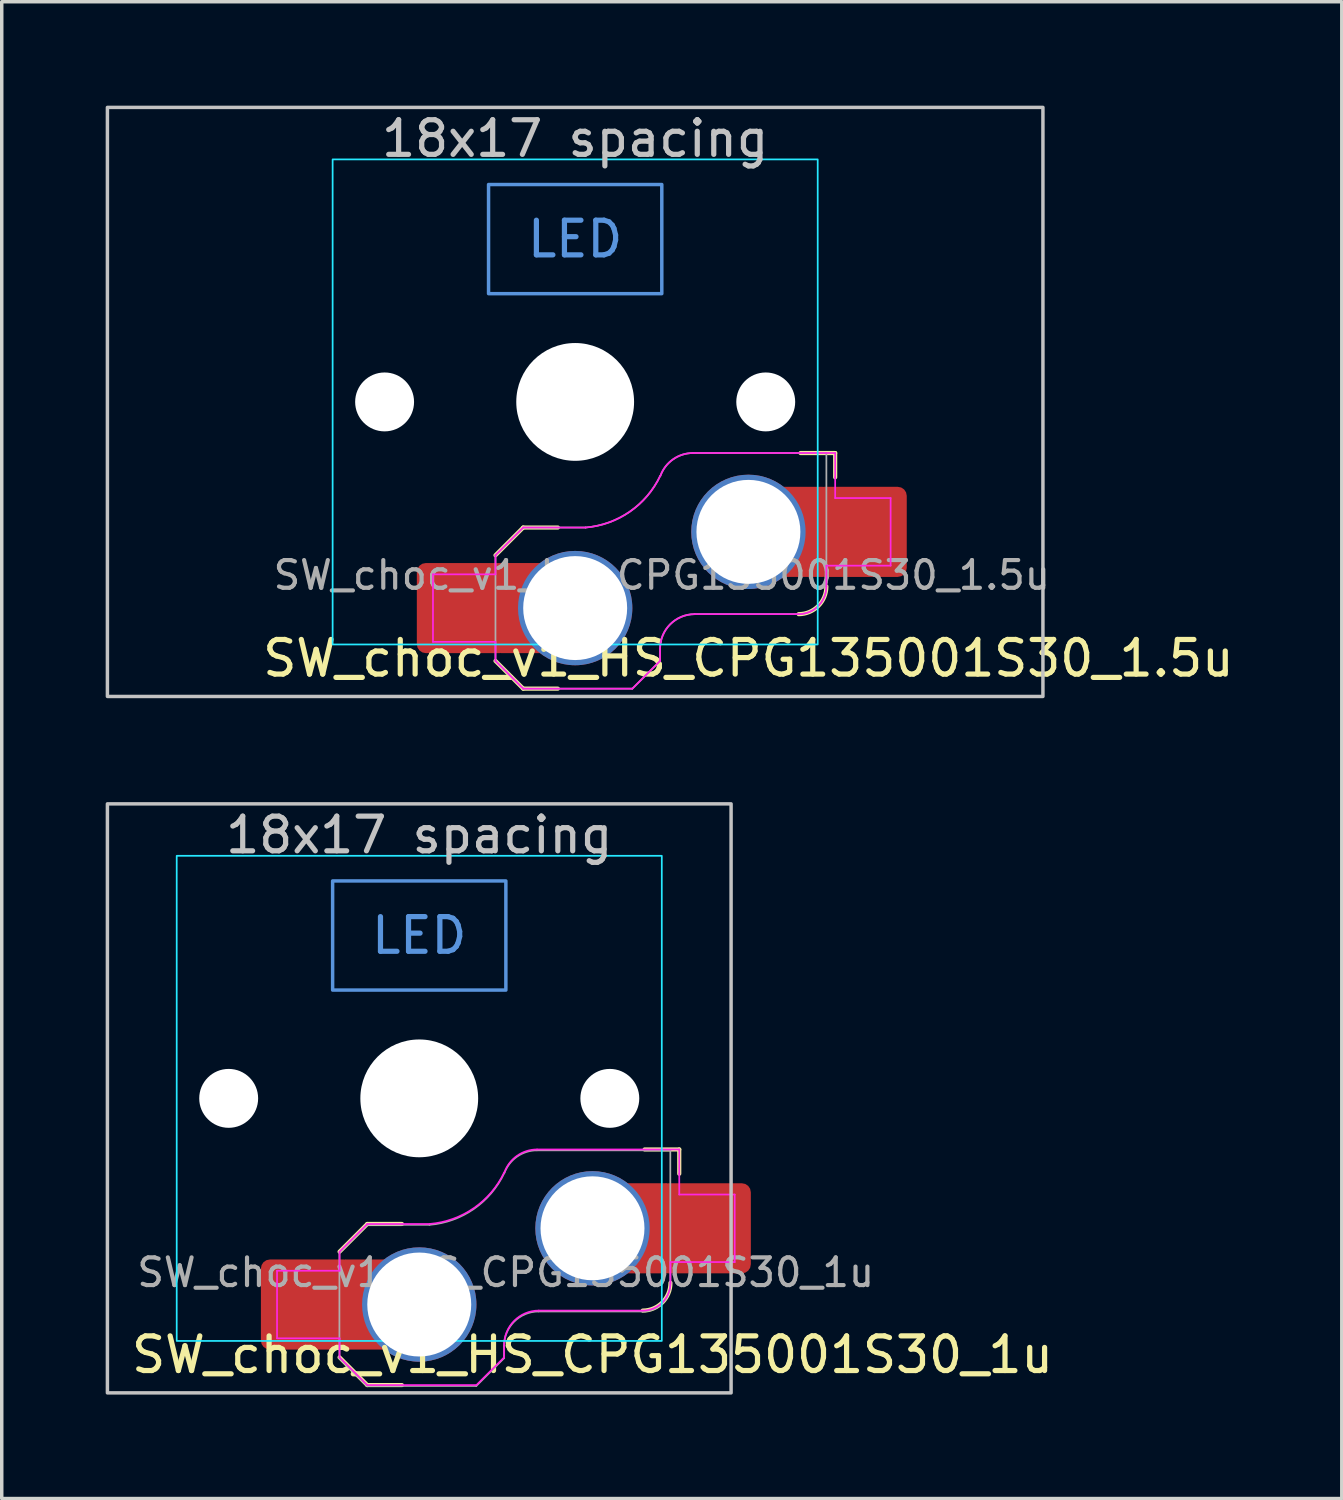
<source format=kicad_pcb>
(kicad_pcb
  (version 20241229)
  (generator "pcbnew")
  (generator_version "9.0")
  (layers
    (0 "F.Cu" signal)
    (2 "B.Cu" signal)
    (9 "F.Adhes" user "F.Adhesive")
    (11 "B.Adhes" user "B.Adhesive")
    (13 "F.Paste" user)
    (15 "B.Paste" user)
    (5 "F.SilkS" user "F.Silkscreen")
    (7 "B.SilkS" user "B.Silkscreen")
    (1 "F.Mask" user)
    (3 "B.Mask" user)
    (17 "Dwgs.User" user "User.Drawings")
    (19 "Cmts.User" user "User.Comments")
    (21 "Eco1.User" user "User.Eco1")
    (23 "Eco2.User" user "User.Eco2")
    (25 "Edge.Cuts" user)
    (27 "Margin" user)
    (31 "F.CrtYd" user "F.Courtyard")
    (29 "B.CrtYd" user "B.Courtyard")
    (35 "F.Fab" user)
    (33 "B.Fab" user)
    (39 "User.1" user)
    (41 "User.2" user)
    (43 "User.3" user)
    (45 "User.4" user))
  (footprint "SW_choc_v1_HS_CPG135001S30_1u"
    (layer "F.Cu")
    (at 9.05 28.65)
    (property "Reference" "SW_choc_v1_HS_CPG135001S30_1u" (at 5 7.4 180) (layer "F.SilkS") (effects (font (size 1 1) (thickness 0.15))))
    (attr smd)
    (fp_line (start -2.3 7.475) (end -1.5 8.275) (stroke (width 0.12) (type solid)) (layer "F.SilkS"))
    (fp_line (start -1.5 3.625) (end -2.3 4.425) (stroke (width 0.12) (type solid)) (layer "F.SilkS"))
    (fp_line (start -1.5 3.625) (end -0.5 3.625) (stroke (width 0.12) (type solid)) (layer "F.SilkS"))
    (fp_line (start -1.5 8.275) (end -0.5 8.275) (stroke (width 0.12) (type solid)) (layer "F.SilkS"))
    (fp_line (start 7.504 1.475) (end 6.504 1.475) (stroke (width 0.12) (type solid)) (layer "F.SilkS"))
    (fp_line (start 7.504 1.475) (end 7.504 2.175) (stroke (width 0.12) (type solid)) (layer "F.SilkS"))
    (fp_arc (start 7.25 5.325) (mid 7.015685 5.890685) (end 6.45 6.125) (stroke (width 0.12) (type solid)) (layer "F.SilkS"))
    (fp_rect (start -9 -8.5) (end 9 8.5) (stroke (width 0.1) (type default)) (fill no) (layer "Dwgs.User"))
    (fp_rect (start -2.5 -6.275) (end 2.5 -3.125) (stroke (width 0.1) (type default)) (fill no) (layer "Cmts.User"))
    (fp_line (start -6.95 -6.45) (end -6.95 6.45) (stroke (width 0.05) (type solid)) (layer "Eco2.User"))
    (fp_line (start -6.45 6.95) (end 6.45 6.95) (stroke (width 0.05) (type solid)) (layer "Eco2.User"))
    (fp_line (start 6.45 -6.95) (end -6.45 -6.95) (stroke (width 0.05) (type solid)) (layer "Eco2.User"))
    (fp_line (start 6.95 6.45) (end 6.95 -6.45) (stroke (width 0.05) (type solid)) (layer "Eco2.User"))
    (fp_arc (start -6.95 -6.45) (mid -6.803553 -6.803553) (end -6.45 -6.95) (stroke (width 0.05) (type solid)) (layer "Eco2.User"))
    (fp_arc (start -6.45 6.95) (mid -6.803553 6.803553) (end -6.95 6.45) (stroke (width 0.05) (type solid)) (layer "Eco2.User"))
    (fp_arc (start 6.45 -6.95) (mid 6.803553 -6.803553) (end 6.95 -6.45) (stroke (width 0.05) (type solid)) (layer "Eco2.User"))
    (fp_arc (start 6.95 6.45) (mid 6.803553 6.803553) (end 6.45 6.95) (stroke (width 0.05) (type solid)) (layer "Eco2.User"))
    (fp_rect (start -7 -7) (end 7 7) (stroke (width 0.05) (type default)) (fill no) (layer "B.CrtYd"))
    (fp_line (start -4.104 4.975) (end -4.104 6.925) (stroke (width 0.05) (type solid)) (layer "F.CrtYd"))
    (fp_line (start -4.104 4.975) (end -2.3 4.975) (stroke (width 0.05) (type solid)) (layer "F.CrtYd"))
    (fp_line (start -4.104 6.925) (end -2.3 6.925) (stroke (width 0.05) (type solid)) (layer "F.CrtYd"))
    (fp_line (start -2.3 4.975) (end -2.3 4.425) (stroke (width 0.05) (type solid)) (layer "F.CrtYd"))
    (fp_line (start -2.3 7.475) (end -2.3 6.925) (stroke (width 0.05) (type solid)) (layer "F.CrtYd"))
    (fp_line (start -2.3 7.475) (end -1.5 8.275) (stroke (width 0.05) (type solid)) (layer "F.CrtYd"))
    (fp_line (start -1.5 3.625) (end -2.3 4.425) (stroke (width 0.05) (type solid)) (layer "F.CrtYd"))
    (fp_line (start -1.5 3.625) (end 0.3 3.625) (stroke (width 0.05) (type solid)) (layer "F.CrtYd"))
    (fp_line (start -1.5 8.275) (end 1.65 8.275) (stroke (width 0.05) (type solid)) (layer "F.CrtYd"))
    (fp_line (start 2.45 7.475) (end 1.65 8.275) (stroke (width 0.05) (type solid)) (layer "F.CrtYd"))
    (fp_line (start 2.45 7.475) (end 2.45 7.125) (stroke (width 0.05) (type solid)) (layer "F.CrtYd"))
    (fp_line (start 3.45 6.125) (end 6.45 6.125) (stroke (width 0.05) (type solid)) (layer "F.CrtYd"))
    (fp_line (start 7.25 4.725) (end 9.104 4.725) (stroke (width 0.05) (type solid)) (layer "F.CrtYd"))
    (fp_line (start 7.25 5.325) (end 7.25 4.725) (stroke (width 0.05) (type solid)) (layer "F.CrtYd"))
    (fp_line (start 7.504 1.475) (end 3.4 1.475) (stroke (width 0.05) (type solid)) (layer "F.CrtYd"))
    (fp_line (start 7.504 1.475) (end 7.504 2.175) (stroke (width 0.05) (type solid)) (layer "F.CrtYd"))
    (fp_line (start 7.504 2.175) (end 7.504 2.775) (stroke (width 0.05) (type solid)) (layer "F.CrtYd"))
    (fp_line (start 9.104 2.775) (end 7.504 2.775) (stroke (width 0.05) (type solid)) (layer "F.CrtYd"))
    (fp_line (start 9.104 4.725) (end 9.104 2.775) (stroke (width 0.05) (type solid)) (layer "F.CrtYd"))
    (fp_arc (start 2.45 7.125) (mid 2.742893 6.417893) (end 3.45 6.125) (stroke (width 0.05) (type solid)) (layer "F.CrtYd"))
    (fp_arc (start 2.455444 2.13293) (mid 1.577272 3.167235) (end 0.299999 3.624999) (stroke (width 0.05) (type solid)) (layer "F.CrtYd"))
    (fp_arc (start 2.460307 2.13298) (mid 2.826423 1.655848) (end 3.4 1.475) (stroke (width 0.05) (type solid)) (layer "F.CrtYd"))
    (fp_arc (start 7.25 5.325) (mid 7.015685 5.890685) (end 6.45 6.125) (stroke (width 0.05) (type solid)) (layer "F.CrtYd"))
    (fp_line (start -2.304 7.5) (end -2.304 4.45) (stroke (width 0.05) (type solid)) (layer "F.Fab"))
    (fp_line (start -2.304 7.5) (end -1.504 8.3) (stroke (width 0.05) (type solid)) (layer "F.Fab"))
    (fp_line (start -1.504 3.65) (end -2.304 4.45) (stroke (width 0.05) (type solid)) (layer "F.Fab"))
    (fp_line (start -1.504 3.65) (end 0.296 3.65) (stroke (width 0.05) (type solid)) (layer "F.Fab"))
    (fp_line (start -1.504 8.3) (end 1.646 8.3) (stroke (width 0.05) (type solid)) (layer "F.Fab"))
    (fp_line (start 2.446 7.5) (end 1.646 8.3) (stroke (width 0.05) (type solid)) (layer "F.Fab"))
    (fp_line (start 2.446 7.5) (end 2.446 7.15) (stroke (width 0.05) (type solid)) (layer "F.Fab"))
    (fp_line (start 3.446 6.15) (end 6.446 6.15) (stroke (width 0.05) (type solid)) (layer "F.Fab"))
    (fp_line (start 7.246 1.5) (end 3.396 1.5) (stroke (width 0.05) (type solid)) (layer "F.Fab"))
    (fp_line (start 7.246 5.35) (end 7.246 1.5) (stroke (width 0.05) (type solid)) (layer "F.Fab"))
    (fp_arc (start 2.446 7.15) (mid 2.738893 6.442893) (end 3.446 6.15) (stroke (width 0.05) (type solid)) (layer "F.Fab"))
    (fp_arc (start 2.451444 2.15793) (mid 1.573272 3.192235) (end 0.295999 3.649999) (stroke (width 0.05) (type solid)) (layer "F.Fab"))
    (fp_arc (start 2.456307 2.15798) (mid 2.822423 1.680848) (end 3.396 1.5) (stroke (width 0.05) (type solid)) (layer "F.Fab"))
    (fp_arc (start 7.246 5.35) (mid 7.011685 5.915685) (end 6.446 6.15) (stroke (width 0.05) (type solid)) (layer "F.Fab"))
    (fp_text user "18x17 spacing" (at 0 -7.6 180) (layer "Dwgs.User") (effects (font (size 1 1) (thickness 0.15))))
    (fp_text user "LED" (at 0 -4.7 0) (unlocked yes) (layer "Cmts.User") (effects (font (size 1 1) (thickness 0.15))))
    (fp_text user "${REFERENCE}" (at 2.496 5.025 0) (layer "F.Fab") (effects (font (size 0.8 0.8) (thickness 0.12))))
    (pad "" np_thru_hole circle (at -5.5 0 180) (size 1.7 1.7) (drill 1.7) (layers "*.Cu" "*.Mask"))
    (pad "" np_thru_hole circle (at 0 0 180) (size 3.4 3.4) (drill 3.4) (layers "*.Cu" "*.Mask"))
    (pad "" np_thru_hole circle (at 5.5 0 180) (size 1.7 1.7) (drill 1.7) (layers "*.Cu" "*.Mask"))
    (pad "1" thru_hole circle (at 5 3.75) (size 3.3 3.3) (drill 3) (layers "*.Cu" "F.Mask"))
    (pad "1" smd rect (at 6.55 3.75) (size 1.2 2.6) (layers "F.Cu"))
    (pad "1" smd roundrect (at 8.245 3.75) (size 2.65 2.6) (layers "F.Cu" "F.Mask" "F.Paste") (roundrect_rratio 0.1))
    (pad "2" smd roundrect (at -3.245 5.95) (size 2.65 2.6) (layers "F.Cu" "F.Mask" "F.Paste") (roundrect_rratio 0.1))
    (pad "2" smd rect (at -1.55 5.95 180) (size 1.2 2.6) (layers "F.Cu"))
    (pad "2" thru_hole circle (at 0 5.95) (size 3.3 3.3) (drill 3) (layers "*.Cu" "F.Mask")))
  (footprint "SW_choc_v1_HS_CPG135001S30_1.5u"
    (layer "F.Cu")
    (at 13.55 8.55)
    (property "Reference" "SW_choc_v1_HS_CPG135001S30_1.5u" (at 5 7.4 180) (layer "F.SilkS") (effects (font (size 1 1) (thickness 0.15))))
    (attr smd)
    (fp_line (start -2.3 7.475) (end -1.5 8.275) (stroke (width 0.12) (type solid)) (layer "F.SilkS"))
    (fp_line (start -1.5 3.625) (end -2.3 4.425) (stroke (width 0.12) (type solid)) (layer "F.SilkS"))
    (fp_line (start -1.5 3.625) (end -0.5 3.625) (stroke (width 0.12) (type solid)) (layer "F.SilkS"))
    (fp_line (start -1.5 8.275) (end -0.5 8.275) (stroke (width 0.12) (type solid)) (layer "F.SilkS"))
    (fp_line (start 7.504 1.475) (end 6.504 1.475) (stroke (width 0.12) (type solid)) (layer "F.SilkS"))
    (fp_line (start 7.504 1.475) (end 7.504 2.175) (stroke (width 0.12) (type solid)) (layer "F.SilkS"))
    (fp_arc (start 7.25 5.325) (mid 7.015685 5.890685) (end 6.45 6.125) (stroke (width 0.12) (type solid)) (layer "F.SilkS"))
    (fp_rect (start -13.5 -8.5) (end 13.5 8.5) (stroke (width 0.1) (type default)) (fill no) (layer "Dwgs.User"))
    (fp_rect (start -2.5 -6.275) (end 2.5 -3.125) (stroke (width 0.1) (type default)) (fill no) (layer "Cmts.User"))
    (fp_line (start -6.95 -6.45) (end -6.95 6.45) (stroke (width 0.05) (type solid)) (layer "Eco2.User"))
    (fp_line (start -6.45 6.95) (end 6.45 6.95) (stroke (width 0.05) (type solid)) (layer "Eco2.User"))
    (fp_line (start 6.45 -6.95) (end -6.45 -6.95) (stroke (width 0.05) (type solid)) (layer "Eco2.User"))
    (fp_line (start 6.95 6.45) (end 6.95 -6.45) (stroke (width 0.05) (type solid)) (layer "Eco2.User"))
    (fp_arc (start -6.95 -6.45) (mid -6.803553 -6.803553) (end -6.45 -6.95) (stroke (width 0.05) (type solid)) (layer "Eco2.User"))
    (fp_arc (start -6.45 6.95) (mid -6.803553 6.803553) (end -6.95 6.45) (stroke (width 0.05) (type solid)) (layer "Eco2.User"))
    (fp_arc (start 6.45 -6.95) (mid 6.803553 -6.803553) (end 6.95 -6.45) (stroke (width 0.05) (type solid)) (layer "Eco2.User"))
    (fp_arc (start 6.95 6.45) (mid 6.803553 6.803553) (end 6.45 6.95) (stroke (width 0.05) (type solid)) (layer "Eco2.User"))
    (fp_rect (start -7 -7) (end 7 7) (stroke (width 0.05) (type default)) (fill no) (layer "B.CrtYd"))
    (fp_line (start -4.104 4.975) (end -4.104 6.925) (stroke (width 0.05) (type solid)) (layer "F.CrtYd"))
    (fp_line (start -4.104 4.975) (end -2.3 4.975) (stroke (width 0.05) (type solid)) (layer "F.CrtYd"))
    (fp_line (start -4.104 6.925) (end -2.3 6.925) (stroke (width 0.05) (type solid)) (layer "F.CrtYd"))
    (fp_line (start -2.3 4.975) (end -2.3 4.425) (stroke (width 0.05) (type solid)) (layer "F.CrtYd"))
    (fp_line (start -2.3 7.475) (end -2.3 6.925) (stroke (width 0.05) (type solid)) (layer "F.CrtYd"))
    (fp_line (start -2.3 7.475) (end -1.5 8.275) (stroke (width 0.05) (type solid)) (layer "F.CrtYd"))
    (fp_line (start -1.5 3.625) (end -2.3 4.425) (stroke (width 0.05) (type solid)) (layer "F.CrtYd"))
    (fp_line (start -1.5 3.625) (end 0.3 3.625) (stroke (width 0.05) (type solid)) (layer "F.CrtYd"))
    (fp_line (start -1.5 8.275) (end 1.65 8.275) (stroke (width 0.05) (type solid)) (layer "F.CrtYd"))
    (fp_line (start 2.45 7.475) (end 1.65 8.275) (stroke (width 0.05) (type solid)) (layer "F.CrtYd"))
    (fp_line (start 2.45 7.475) (end 2.45 7.125) (stroke (width 0.05) (type solid)) (layer "F.CrtYd"))
    (fp_line (start 3.45 6.125) (end 6.45 6.125) (stroke (width 0.05) (type solid)) (layer "F.CrtYd"))
    (fp_line (start 7.25 4.725) (end 9.104 4.725) (stroke (width 0.05) (type solid)) (layer "F.CrtYd"))
    (fp_line (start 7.25 5.325) (end 7.25 4.725) (stroke (width 0.05) (type solid)) (layer "F.CrtYd"))
    (fp_line (start 7.504 1.475) (end 3.4 1.475) (stroke (width 0.05) (type solid)) (layer "F.CrtYd"))
    (fp_line (start 7.504 1.475) (end 7.504 2.175) (stroke (width 0.05) (type solid)) (layer "F.CrtYd"))
    (fp_line (start 7.504 2.175) (end 7.504 2.775) (stroke (width 0.05) (type solid)) (layer "F.CrtYd"))
    (fp_line (start 9.104 2.775) (end 7.504 2.775) (stroke (width 0.05) (type solid)) (layer "F.CrtYd"))
    (fp_line (start 9.104 4.725) (end 9.104 2.775) (stroke (width 0.05) (type solid)) (layer "F.CrtYd"))
    (fp_arc (start 2.45 7.125) (mid 2.742893 6.417893) (end 3.45 6.125) (stroke (width 0.05) (type solid)) (layer "F.CrtYd"))
    (fp_arc (start 2.455444 2.13293) (mid 1.577272 3.167235) (end 0.299999 3.624999) (stroke (width 0.05) (type solid)) (layer "F.CrtYd"))
    (fp_arc (start 2.460307 2.13298) (mid 2.826423 1.655848) (end 3.4 1.475) (stroke (width 0.05) (type solid)) (layer "F.CrtYd"))
    (fp_arc (start 7.25 5.325) (mid 7.015685 5.890685) (end 6.45 6.125) (stroke (width 0.05) (type solid)) (layer "F.CrtYd"))
    (fp_line (start -2.3 7.475) (end -2.3 4.425) (stroke (width 0.05) (type solid)) (layer "F.Fab"))
    (fp_line (start -2.3 7.475) (end -1.5 8.275) (stroke (width 0.05) (type solid)) (layer "F.Fab"))
    (fp_line (start -1.5 3.625) (end -2.3 4.425) (stroke (width 0.05) (type solid)) (layer "F.Fab"))
    (fp_line (start -1.5 3.625) (end 0.3 3.625) (stroke (width 0.05) (type solid)) (layer "F.Fab"))
    (fp_line (start -1.5 8.275) (end 1.65 8.275) (stroke (width 0.05) (type solid)) (layer "F.Fab"))
    (fp_line (start 2.45 7.475) (end 1.65 8.275) (stroke (width 0.05) (type solid)) (layer "F.Fab"))
    (fp_line (start 2.45 7.475) (end 2.45 7.125) (stroke (width 0.05) (type solid)) (layer "F.Fab"))
    (fp_line (start 3.45 6.125) (end 6.45 6.125) (stroke (width 0.05) (type solid)) (layer "F.Fab"))
    (fp_line (start 7.25 1.475) (end 3.4 1.475) (stroke (width 0.05) (type solid)) (layer "F.Fab"))
    (fp_line (start 7.25 5.325) (end 7.25 1.475) (stroke (width 0.05) (type solid)) (layer "F.Fab"))
    (fp_arc (start 2.45 7.125) (mid 2.742893 6.417893) (end 3.45 6.125) (stroke (width 0.05) (type solid)) (layer "F.Fab"))
    (fp_arc (start 2.455444 2.13293) (mid 1.577272 3.167235) (end 0.299999 3.624999) (stroke (width 0.05) (type solid)) (layer "F.Fab"))
    (fp_arc (start 2.460307 2.13298) (mid 2.826423 1.655848) (end 3.4 1.475) (stroke (width 0.05) (type solid)) (layer "F.Fab"))
    (fp_arc (start 7.25 5.325) (mid 7.015685 5.890685) (end 6.45 6.125) (stroke (width 0.05) (type solid)) (layer "F.Fab"))
    (fp_text user "18x17 spacing" (at 0 -7.6 180) (layer "Dwgs.User") (effects (font (size 1 1) (thickness 0.15))))
    (fp_text user "LED" (at 0 -4.7 0) (unlocked yes) (layer "Cmts.User") (effects (font (size 1 1) (thickness 0.15))))
    (fp_text user "${REFERENCE}" (at 2.5 5 0) (layer "F.Fab") (effects (font (size 0.8 0.8) (thickness 0.12))))
    (pad "" np_thru_hole circle (at -5.5 0 180) (size 1.7 1.7) (drill 1.7) (layers "*.Cu" "*.Mask"))
    (pad "" np_thru_hole circle (at 0 0 180) (size 3.4 3.4) (drill 3.4) (layers "*.Cu" "*.Mask"))
    (pad "" np_thru_hole circle (at 5.5 0 180) (size 1.7 1.7) (drill 1.7) (layers "*.Cu" "*.Mask"))
    (pad "1" thru_hole circle (at 5 3.75) (size 3.3 3.3) (drill 3) (layers "*.Cu" "F.Mask"))
    (pad "1" smd rect (at 6.55 3.75) (size 1.2 2.6) (layers "F.Cu"))
    (pad "1" smd roundrect (at 8.245 3.75) (size 2.65 2.6) (layers "F.Cu" "F.Mask" "F.Paste") (roundrect_rratio 0.1))
    (pad "2" smd roundrect (at -3.245 5.95) (size 2.65 2.6) (layers "F.Cu" "F.Mask" "F.Paste") (roundrect_rratio 0.1))
    (pad "2" smd rect (at -1.55 5.95 180) (size 1.2 2.6) (layers "F.Cu"))
    (pad "2" thru_hole circle (at 0 5.95) (size 3.3 3.3) (drill 3) (layers "*.Cu" "F.Mask")))
  (gr_rect
    (start -3 -3)
    (end 35.675 40.2)
    (stroke (width 0.1) (type default))
    (fill no)
    (layer "Edge.Cuts")))
</source>
